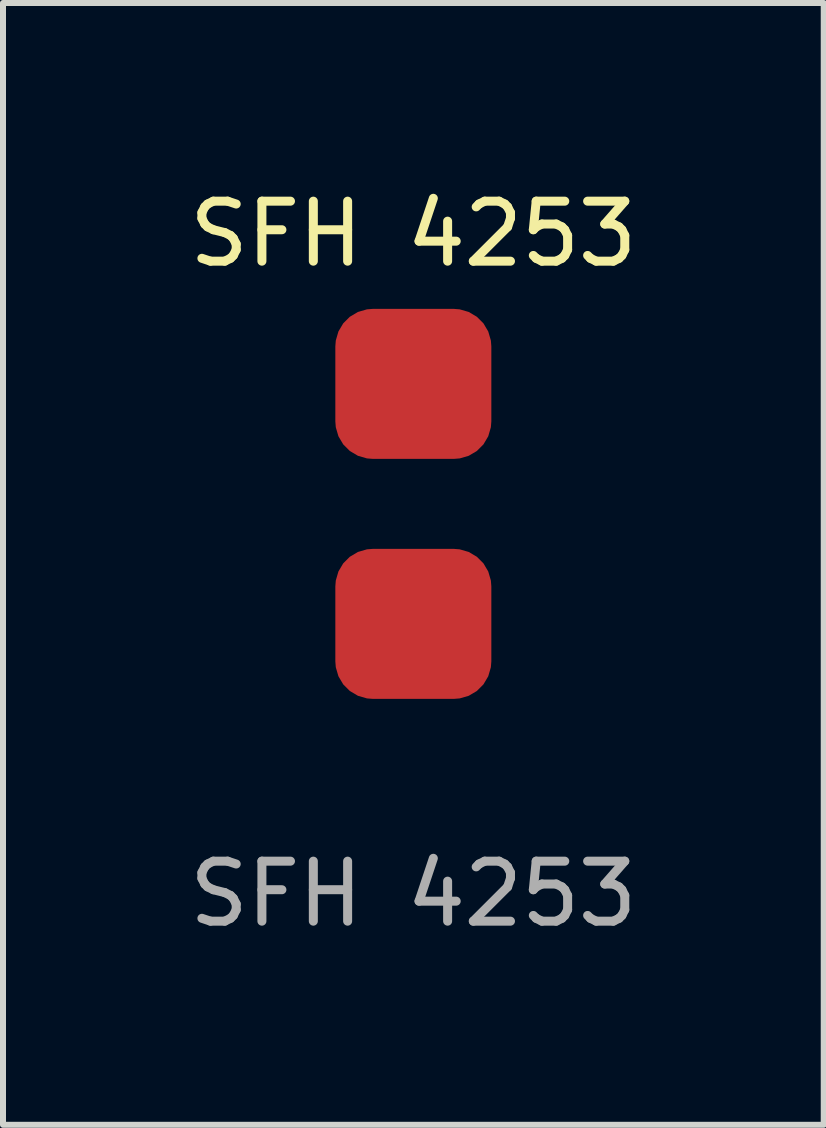
<source format=kicad_pcb>
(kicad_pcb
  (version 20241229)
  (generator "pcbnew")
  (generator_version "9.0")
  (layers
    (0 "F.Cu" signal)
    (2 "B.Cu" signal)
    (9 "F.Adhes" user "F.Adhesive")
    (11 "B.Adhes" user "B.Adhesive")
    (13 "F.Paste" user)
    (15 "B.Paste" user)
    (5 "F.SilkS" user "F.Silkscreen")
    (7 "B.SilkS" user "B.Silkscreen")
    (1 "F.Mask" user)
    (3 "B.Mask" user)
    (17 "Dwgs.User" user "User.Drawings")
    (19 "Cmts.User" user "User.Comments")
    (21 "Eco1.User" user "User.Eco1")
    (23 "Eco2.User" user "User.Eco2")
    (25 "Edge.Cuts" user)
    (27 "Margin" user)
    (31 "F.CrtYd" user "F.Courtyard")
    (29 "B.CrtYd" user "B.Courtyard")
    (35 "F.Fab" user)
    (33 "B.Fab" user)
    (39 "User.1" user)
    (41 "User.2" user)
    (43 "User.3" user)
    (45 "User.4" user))
  (footprint "SFH 4253"
    (layer "F.Cu")
    (at 3.839 5.348)
    (property "Reference" "SFH 4253" (at 0 -4.5 0) (unlocked yes) (layer "F.SilkS") (effects (font (size 1 1) (thickness 0.15))))
    (attr smd)
    (fp_text user "${REFERENCE}" (at 0 6.5 0) (unlocked yes) (layer "F.Fab") (effects (font (size 1 1) (thickness 0.15))))
    (pad "1" smd roundrect (at 0 -2) (size 2.6 2.5) (layers "F.Cu" "F.Mask" "F.Paste") (roundrect_rratio 0.25))
    (pad "2" smd roundrect (at 0 2) (size 2.6 2.5) (layers "F.Cu" "F.Mask" "F.Paste") (roundrect_rratio 0.25)))
  (gr_rect
    (start -3 -3)
    (end 10.679 15.697)
    (stroke (width 0.1) (type default))
    (fill no)
    (layer "Edge.Cuts")))
</source>
